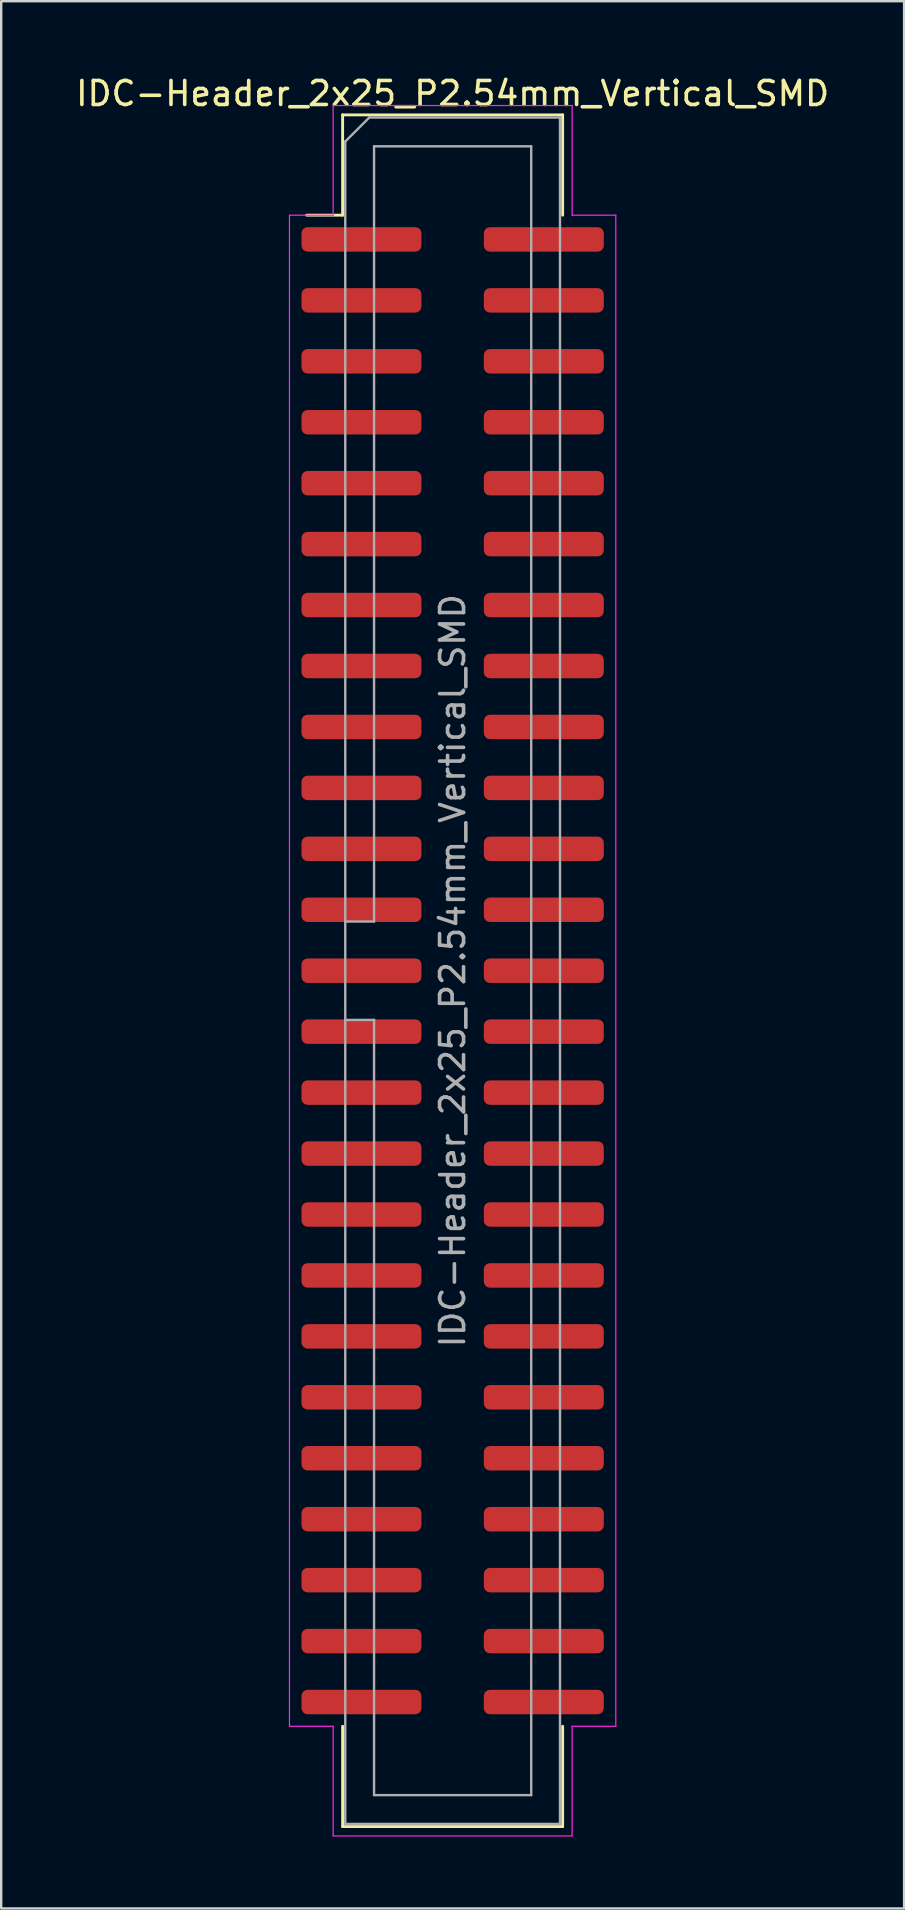
<source format=kicad_pcb>
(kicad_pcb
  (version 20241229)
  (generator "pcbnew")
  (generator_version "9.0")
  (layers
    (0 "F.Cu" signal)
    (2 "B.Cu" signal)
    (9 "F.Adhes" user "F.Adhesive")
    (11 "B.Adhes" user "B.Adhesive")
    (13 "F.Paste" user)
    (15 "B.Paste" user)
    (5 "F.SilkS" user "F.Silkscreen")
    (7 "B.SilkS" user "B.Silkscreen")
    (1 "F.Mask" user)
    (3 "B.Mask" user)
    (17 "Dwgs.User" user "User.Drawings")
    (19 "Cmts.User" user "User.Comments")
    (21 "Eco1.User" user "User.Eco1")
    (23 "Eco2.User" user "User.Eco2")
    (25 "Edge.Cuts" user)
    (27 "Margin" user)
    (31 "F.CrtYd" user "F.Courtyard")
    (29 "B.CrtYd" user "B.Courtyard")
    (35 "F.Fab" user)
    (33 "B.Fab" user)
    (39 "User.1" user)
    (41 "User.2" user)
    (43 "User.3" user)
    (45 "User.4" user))
  (footprint "IDC-Header_2x25_P2.54mm_Vertical_SMD"
    (layer "F.Cu")
    (at 15.815 37.408)
    (property "Reference" "IDC-Header_2x25_P2.54mm_Vertical_SMD" (at 0 -36.56 0) (layer "F.SilkS") (effects (font (size 1 1) (thickness 0.15))))
    (attr smd)
    (fp_line (start -4.585 -35.67) (end 4.585 -35.67) (stroke (width 0.12) (type solid)) (layer "F.SilkS"))
    (fp_line (start -4.585 -31.49) (end -6.085 -31.49) (stroke (width 0.12) (type solid)) (layer "F.SilkS"))
    (fp_line (start -4.585 -31.49) (end -4.585 -35.67) (stroke (width 0.12) (type solid)) (layer "F.SilkS"))
    (fp_line (start -4.585 31.49) (end -4.585 35.67) (stroke (width 0.12) (type solid)) (layer "F.SilkS"))
    (fp_line (start -4.585 35.67) (end 4.585 35.67) (stroke (width 0.12) (type solid)) (layer "F.SilkS"))
    (fp_line (start 4.585 -35.67) (end 4.585 -31.49) (stroke (width 0.12) (type solid)) (layer "F.SilkS"))
    (fp_line (start 4.585 35.67) (end 4.585 31.49) (stroke (width 0.12) (type solid)) (layer "F.SilkS"))
    (fp_line (start -6.8 -31.49) (end -6.8 31.49) (stroke (width 0.05) (type solid)) (layer "F.CrtYd"))
    (fp_line (start -6.8 31.49) (end -4.98 31.49) (stroke (width 0.05) (type solid)) (layer "F.CrtYd"))
    (fp_line (start -4.98 -36.06) (end -4.98 -31.49) (stroke (width 0.05) (type solid)) (layer "F.CrtYd"))
    (fp_line (start -4.98 -31.49) (end -6.8 -31.49) (stroke (width 0.05) (type solid)) (layer "F.CrtYd"))
    (fp_line (start -4.98 31.49) (end -4.98 36.06) (stroke (width 0.05) (type solid)) (layer "F.CrtYd"))
    (fp_line (start -4.98 36.06) (end 4.98 36.06) (stroke (width 0.05) (type solid)) (layer "F.CrtYd"))
    (fp_line (start 4.98 -36.06) (end -4.98 -36.06) (stroke (width 0.05) (type solid)) (layer "F.CrtYd"))
    (fp_line (start 4.98 -31.49) (end 4.98 -36.06) (stroke (width 0.05) (type solid)) (layer "F.CrtYd"))
    (fp_line (start 4.98 31.49) (end 6.8 31.49) (stroke (width 0.05) (type solid)) (layer "F.CrtYd"))
    (fp_line (start 4.98 36.06) (end 4.98 31.49) (stroke (width 0.05) (type solid)) (layer "F.CrtYd"))
    (fp_line (start 6.8 -31.49) (end 4.98 -31.49) (stroke (width 0.05) (type solid)) (layer "F.CrtYd"))
    (fp_line (start 6.8 31.49) (end 6.8 -31.49) (stroke (width 0.05) (type solid)) (layer "F.CrtYd"))
    (fp_line (start -4.475 -34.56) (end -3.475 -35.56) (stroke (width 0.1) (type solid)) (layer "F.Fab"))
    (fp_line (start -4.475 -2.05) (end -3.275 -2.05) (stroke (width 0.1) (type solid)) (layer "F.Fab"))
    (fp_line (start -4.475 35.56) (end -4.475 -34.56) (stroke (width 0.1) (type solid)) (layer "F.Fab"))
    (fp_line (start -3.475 -35.56) (end 4.475 -35.56) (stroke (width 0.1) (type solid)) (layer "F.Fab"))
    (fp_line (start -3.275 -34.36) (end 3.275 -34.36) (stroke (width 0.1) (type solid)) (layer "F.Fab"))
    (fp_line (start -3.275 -2.05) (end -3.275 -34.36) (stroke (width 0.1) (type solid)) (layer "F.Fab"))
    (fp_line (start -3.275 2.05) (end -4.475 2.05) (stroke (width 0.1) (type solid)) (layer "F.Fab"))
    (fp_line (start -3.275 2.05) (end -3.275 2.05) (stroke (width 0.1) (type solid)) (layer "F.Fab"))
    (fp_line (start -3.275 34.36) (end -3.275 2.05) (stroke (width 0.1) (type solid)) (layer "F.Fab"))
    (fp_line (start 3.275 -34.36) (end 3.275 34.36) (stroke (width 0.1) (type solid)) (layer "F.Fab"))
    (fp_line (start 3.275 34.36) (end -3.275 34.36) (stroke (width 0.1) (type solid)) (layer "F.Fab"))
    (fp_line (start 4.475 -35.56) (end 4.475 35.56) (stroke (width 0.1) (type solid)) (layer "F.Fab"))
    (fp_line (start 4.475 35.56) (end -4.475 35.56) (stroke (width 0.1) (type solid)) (layer "F.Fab"))
    (fp_text user "${REFERENCE}" (at 0 0 90) (layer "F.Fab") (effects (font (size 1 1) (thickness 0.15))))
    (pad "1" smd roundrect (at -3.8 -30.48) (size 5 1.02) (layers "F.Cu" "F.Mask" "F.Paste") (roundrect_rratio 0.25))
    (pad "2" smd roundrect (at 3.8 -30.48) (size 5 1.02) (layers "F.Cu" "F.Mask" "F.Paste") (roundrect_rratio 0.25))
    (pad "3" smd roundrect (at -3.8 -27.94) (size 5 1.02) (layers "F.Cu" "F.Mask" "F.Paste") (roundrect_rratio 0.25))
    (pad "4" smd roundrect (at 3.8 -27.94) (size 5 1.02) (layers "F.Cu" "F.Mask" "F.Paste") (roundrect_rratio 0.25))
    (pad "5" smd roundrect (at -3.8 -25.4) (size 5 1.02) (layers "F.Cu" "F.Mask" "F.Paste") (roundrect_rratio 0.25))
    (pad "6" smd roundrect (at 3.8 -25.4) (size 5 1.02) (layers "F.Cu" "F.Mask" "F.Paste") (roundrect_rratio 0.25))
    (pad "7" smd roundrect (at -3.8 -22.86) (size 5 1.02) (layers "F.Cu" "F.Mask" "F.Paste") (roundrect_rratio 0.25))
    (pad "8" smd roundrect (at 3.8 -22.86) (size 5 1.02) (layers "F.Cu" "F.Mask" "F.Paste") (roundrect_rratio 0.25))
    (pad "9" smd roundrect (at -3.8 -20.32) (size 5 1.02) (layers "F.Cu" "F.Mask" "F.Paste") (roundrect_rratio 0.25))
    (pad "10" smd roundrect (at 3.8 -20.32) (size 5 1.02) (layers "F.Cu" "F.Mask" "F.Paste") (roundrect_rratio 0.25))
    (pad "11" smd roundrect (at -3.8 -17.78) (size 5 1.02) (layers "F.Cu" "F.Mask" "F.Paste") (roundrect_rratio 0.25))
    (pad "12" smd roundrect (at 3.8 -17.78) (size 5 1.02) (layers "F.Cu" "F.Mask" "F.Paste") (roundrect_rratio 0.25))
    (pad "13" smd roundrect (at -3.8 -15.24) (size 5 1.02) (layers "F.Cu" "F.Mask" "F.Paste") (roundrect_rratio 0.25))
    (pad "14" smd roundrect (at 3.8 -15.24) (size 5 1.02) (layers "F.Cu" "F.Mask" "F.Paste") (roundrect_rratio 0.25))
    (pad "15" smd roundrect (at -3.8 -12.7) (size 5 1.02) (layers "F.Cu" "F.Mask" "F.Paste") (roundrect_rratio 0.25))
    (pad "16" smd roundrect (at 3.8 -12.7) (size 5 1.02) (layers "F.Cu" "F.Mask" "F.Paste") (roundrect_rratio 0.25))
    (pad "17" smd roundrect (at -3.8 -10.16) (size 5 1.02) (layers "F.Cu" "F.Mask" "F.Paste") (roundrect_rratio 0.25))
    (pad "18" smd roundrect (at 3.8 -10.16) (size 5 1.02) (layers "F.Cu" "F.Mask" "F.Paste") (roundrect_rratio 0.25))
    (pad "19" smd roundrect (at -3.8 -7.62) (size 5 1.02) (layers "F.Cu" "F.Mask" "F.Paste") (roundrect_rratio 0.25))
    (pad "20" smd roundrect (at 3.8 -7.62) (size 5 1.02) (layers "F.Cu" "F.Mask" "F.Paste") (roundrect_rratio 0.25))
    (pad "21" smd roundrect (at -3.8 -5.08) (size 5 1.02) (layers "F.Cu" "F.Mask" "F.Paste") (roundrect_rratio 0.25))
    (pad "22" smd roundrect (at 3.8 -5.08) (size 5 1.02) (layers "F.Cu" "F.Mask" "F.Paste") (roundrect_rratio 0.25))
    (pad "23" smd roundrect (at -3.8 -2.54) (size 5 1.02) (layers "F.Cu" "F.Mask" "F.Paste") (roundrect_rratio 0.25))
    (pad "24" smd roundrect (at 3.8 -2.54) (size 5 1.02) (layers "F.Cu" "F.Mask" "F.Paste") (roundrect_rratio 0.25))
    (pad "25" smd roundrect (at -3.8 0) (size 5 1.02) (layers "F.Cu" "F.Mask" "F.Paste") (roundrect_rratio 0.25))
    (pad "26" smd roundrect (at 3.8 0) (size 5 1.02) (layers "F.Cu" "F.Mask" "F.Paste") (roundrect_rratio 0.25))
    (pad "27" smd roundrect (at -3.8 2.54) (size 5 1.02) (layers "F.Cu" "F.Mask" "F.Paste") (roundrect_rratio 0.25))
    (pad "28" smd roundrect (at 3.8 2.54) (size 5 1.02) (layers "F.Cu" "F.Mask" "F.Paste") (roundrect_rratio 0.25))
    (pad "29" smd roundrect (at -3.8 5.08) (size 5 1.02) (layers "F.Cu" "F.Mask" "F.Paste") (roundrect_rratio 0.25))
    (pad "30" smd roundrect (at 3.8 5.08) (size 5 1.02) (layers "F.Cu" "F.Mask" "F.Paste") (roundrect_rratio 0.25))
    (pad "31" smd roundrect (at -3.8 7.62) (size 5 1.02) (layers "F.Cu" "F.Mask" "F.Paste") (roundrect_rratio 0.25))
    (pad "32" smd roundrect (at 3.8 7.62) (size 5 1.02) (layers "F.Cu" "F.Mask" "F.Paste") (roundrect_rratio 0.25))
    (pad "33" smd roundrect (at -3.8 10.16) (size 5 1.02) (layers "F.Cu" "F.Mask" "F.Paste") (roundrect_rratio 0.25))
    (pad "34" smd roundrect (at 3.8 10.16) (size 5 1.02) (layers "F.Cu" "F.Mask" "F.Paste") (roundrect_rratio 0.25))
    (pad "35" smd roundrect (at -3.8 12.7) (size 5 1.02) (layers "F.Cu" "F.Mask" "F.Paste") (roundrect_rratio 0.25))
    (pad "36" smd roundrect (at 3.8 12.7) (size 5 1.02) (layers "F.Cu" "F.Mask" "F.Paste") (roundrect_rratio 0.25))
    (pad "37" smd roundrect (at -3.8 15.24) (size 5 1.02) (layers "F.Cu" "F.Mask" "F.Paste") (roundrect_rratio 0.25))
    (pad "38" smd roundrect (at 3.8 15.24) (size 5 1.02) (layers "F.Cu" "F.Mask" "F.Paste") (roundrect_rratio 0.25))
    (pad "39" smd roundrect (at -3.8 17.78) (size 5 1.02) (layers "F.Cu" "F.Mask" "F.Paste") (roundrect_rratio 0.25))
    (pad "40" smd roundrect (at 3.8 17.78) (size 5 1.02) (layers "F.Cu" "F.Mask" "F.Paste") (roundrect_rratio 0.25))
    (pad "41" smd roundrect (at -3.8 20.32) (size 5 1.02) (layers "F.Cu" "F.Mask" "F.Paste") (roundrect_rratio 0.25))
    (pad "42" smd roundrect (at 3.8 20.32) (size 5 1.02) (layers "F.Cu" "F.Mask" "F.Paste") (roundrect_rratio 0.25))
    (pad "43" smd roundrect (at -3.8 22.86) (size 5 1.02) (layers "F.Cu" "F.Mask" "F.Paste") (roundrect_rratio 0.25))
    (pad "44" smd roundrect (at 3.8 22.86) (size 5 1.02) (layers "F.Cu" "F.Mask" "F.Paste") (roundrect_rratio 0.25))
    (pad "45" smd roundrect (at -3.8 25.4) (size 5 1.02) (layers "F.Cu" "F.Mask" "F.Paste") (roundrect_rratio 0.25))
    (pad "46" smd roundrect (at 3.8 25.4) (size 5 1.02) (layers "F.Cu" "F.Mask" "F.Paste") (roundrect_rratio 0.25))
    (pad "47" smd roundrect (at -3.8 27.94) (size 5 1.02) (layers "F.Cu" "F.Mask" "F.Paste") (roundrect_rratio 0.25))
    (pad "48" smd roundrect (at 3.8 27.94) (size 5 1.02) (layers "F.Cu" "F.Mask" "F.Paste") (roundrect_rratio 0.25))
    (pad "49" smd roundrect (at -3.8 30.48) (size 5 1.02) (layers "F.Cu" "F.Mask" "F.Paste") (roundrect_rratio 0.25))
    (pad "50" smd roundrect (at 3.8 30.48) (size 5 1.02) (layers "F.Cu" "F.Mask" "F.Paste") (roundrect_rratio 0.25)))
  (gr_rect
    (start -3 -3)
    (end 34.631 76.493)
    (stroke (width 0.1) (type default))
    (fill no)
    (layer "Edge.Cuts")))
</source>
